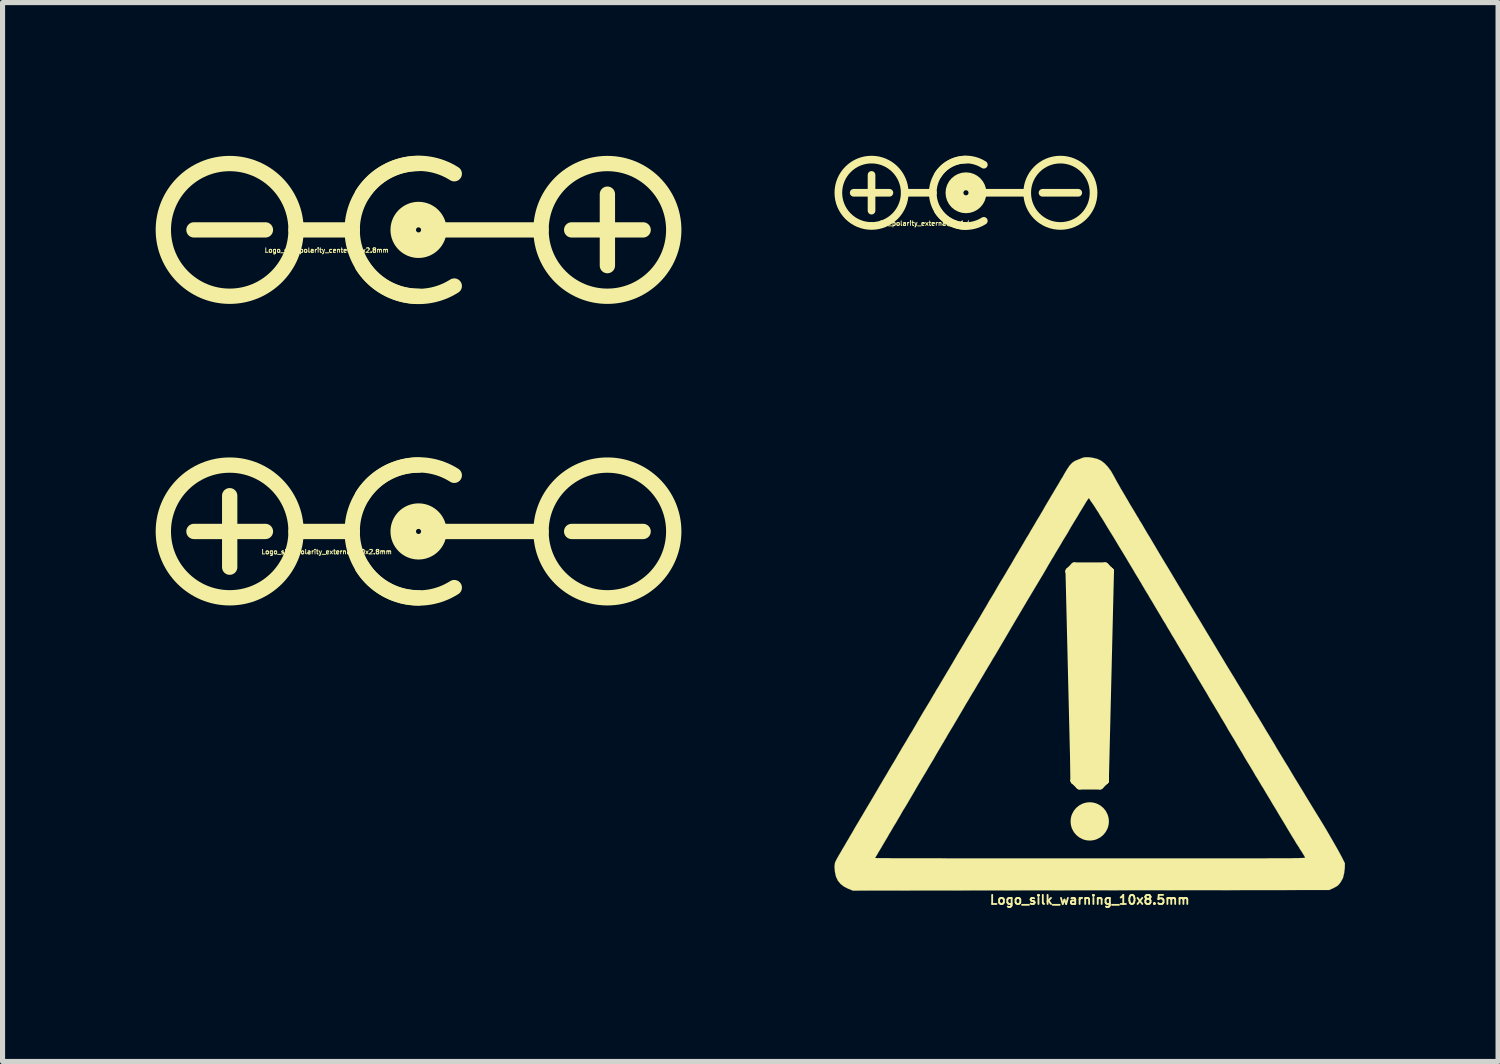
<source format=kicad_pcb>
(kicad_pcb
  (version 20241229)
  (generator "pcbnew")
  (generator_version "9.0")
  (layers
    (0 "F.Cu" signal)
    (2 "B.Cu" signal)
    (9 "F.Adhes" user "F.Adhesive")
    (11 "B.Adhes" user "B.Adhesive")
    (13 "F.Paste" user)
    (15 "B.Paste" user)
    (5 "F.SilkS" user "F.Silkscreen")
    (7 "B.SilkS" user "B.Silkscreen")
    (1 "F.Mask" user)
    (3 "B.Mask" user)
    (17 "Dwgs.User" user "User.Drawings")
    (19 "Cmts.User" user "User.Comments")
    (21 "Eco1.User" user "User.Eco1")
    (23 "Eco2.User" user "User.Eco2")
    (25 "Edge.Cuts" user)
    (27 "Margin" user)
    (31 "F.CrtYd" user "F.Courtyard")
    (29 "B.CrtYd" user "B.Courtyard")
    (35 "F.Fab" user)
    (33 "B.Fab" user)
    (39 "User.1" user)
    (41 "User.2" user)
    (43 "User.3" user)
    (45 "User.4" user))
  (footprint "Logo_silk_polarity_external_10x2.8mm"
    (layer "F.Cu")
    (at 5.15 7.362)
    (property "Reference" "Logo_silk_polarity_external_10x2.8mm" (at -1.8 0.4 0) (layer "F.SilkS") (effects (font (size 0.089 0.089) (thickness 0.018))))
    (attr through_hole)
    (fp_line (start -4.4 0) (end -3 0) (stroke (width 0.3) (type solid)) (layer "F.SilkS"))
    (fp_line (start -3.7 0.7) (end -3.7 -0.7) (stroke (width 0.3) (type solid)) (layer "F.SilkS"))
    (fp_line (start -1.3 0) (end -2.4 0) (stroke (width 0.3) (type solid)) (layer "F.SilkS"))
    (fp_line (start 2.4 0) (end 0.3 0) (stroke (width 0.3) (type solid)) (layer "F.SilkS"))
    (fp_line (start 3 0) (end 4.4 0) (stroke (width 0.3) (type solid)) (layer "F.SilkS"))
    (fp_arc (start -1.3 0) (mid -0.919239 -0.919239) (end 0 -1.3) (stroke (width 0.3) (type solid)) (layer "F.SilkS"))
    (fp_arc (start -1.1 -0.7) (mid -0.282843 -1.272792) (end 0.7 -1.1) (stroke (width 0.3) (type solid)) (layer "F.SilkS"))
    (fp_arc (start 0 1.3) (mid -0.919239 0.919239) (end -1.3 0) (stroke (width 0.3) (type solid)) (layer "F.SilkS"))
    (fp_arc (start 0.7 1.1) (mid -0.282843 1.272792) (end -1.1 0.7) (stroke (width 0.3) (type solid)) (layer "F.SilkS"))
    (fp_circle (center -3.7 0) (end -2.4 0) (stroke (width 0.3) (type solid)) (fill no) (layer "F.SilkS"))
    (fp_circle (center 0 0) (end -0.4 0) (stroke (width 0.3) (type solid)) (fill no) (layer "F.SilkS"))
    (fp_circle (center 0 0) (end -0.3 0.1) (stroke (width 0.3) (type solid)) (fill no) (layer "F.SilkS"))
    (fp_circle (center 0 0) (end -0.2 0) (stroke (width 0.3) (type solid)) (fill no) (layer "F.SilkS"))
    (fp_circle (center 0 0) (end -0.1 0) (stroke (width 0.3) (type solid)) (fill no) (layer "F.SilkS"))
    (fp_circle (center 3.7 0) (end 5 0) (stroke (width 0.3) (type solid)) (fill no) (layer "F.SilkS")))
  (footprint "Logo_silk_polarity_center_10x2.8mm"
    (layer "F.Cu")
    (at 5.15 1.454)
    (property "Reference" "Logo_silk_polarity_center_10x2.8mm" (at -1.8 0.4 0) (layer "F.SilkS") (effects (font (size 0.089 0.089) (thickness 0.018))))
    (attr through_hole)
    (fp_line (start -4.4 0) (end -3 0) (stroke (width 0.3) (type solid)) (layer "F.SilkS"))
    (fp_line (start -1.3 0) (end -2.4 0) (stroke (width 0.3) (type solid)) (layer "F.SilkS"))
    (fp_line (start 2.4 0) (end 0.3 0) (stroke (width 0.3) (type solid)) (layer "F.SilkS"))
    (fp_line (start 3 0) (end 4.4 0) (stroke (width 0.3) (type solid)) (layer "F.SilkS"))
    (fp_line (start 3.7 0.7) (end 3.7 -0.7) (stroke (width 0.3) (type solid)) (layer "F.SilkS"))
    (fp_arc (start -1.3 0) (mid -0.919239 -0.919239) (end 0 -1.3) (stroke (width 0.3) (type solid)) (layer "F.SilkS"))
    (fp_arc (start -1.1 -0.7) (mid -0.282843 -1.272792) (end 0.7 -1.1) (stroke (width 0.3) (type solid)) (layer "F.SilkS"))
    (fp_arc (start 0 1.3) (mid -0.919239 0.919239) (end -1.3 0) (stroke (width 0.3) (type solid)) (layer "F.SilkS"))
    (fp_arc (start 0.7 1.1) (mid -0.282843 1.272792) (end -1.1 0.7) (stroke (width 0.3) (type solid)) (layer "F.SilkS"))
    (fp_circle (center -3.7 0) (end -2.4 0) (stroke (width 0.3) (type solid)) (fill no) (layer "F.SilkS"))
    (fp_circle (center 0 0) (end -0.4 0) (stroke (width 0.3) (type solid)) (fill no) (layer "F.SilkS"))
    (fp_circle (center 0 0) (end -0.3 0.1) (stroke (width 0.3) (type solid)) (fill no) (layer "F.SilkS"))
    (fp_circle (center 0 0) (end -0.2 0) (stroke (width 0.3) (type solid)) (fill no) (layer "F.SilkS"))
    (fp_circle (center 0 0) (end -0.1 0) (stroke (width 0.3) (type solid)) (fill no) (layer "F.SilkS"))
    (fp_circle (center 3.7 0) (end 5 0) (stroke (width 0.3) (type solid)) (fill no) (layer "F.SilkS")))
  (footprint "Logo_silk_polarity_external_5x1.4mm"
    (layer "F.Cu")
    (at 15.875 0.727)
    (property "Reference" "Logo_silk_polarity_external_5x1.4mm" (at -0.9 0.6 0) (layer "F.SilkS") (effects (font (size 0.089 0.089) (thickness 0.018))))
    (attr through_hole)
    (fp_line (start -2.2 0) (end -1.5 0) (stroke (width 0.15) (type solid)) (layer "F.SilkS"))
    (fp_line (start -1.85 0.35) (end -1.85 -0.35) (stroke (width 0.15) (type solid)) (layer "F.SilkS"))
    (fp_line (start -0.65 0) (end -1.2 0) (stroke (width 0.15) (type solid)) (layer "F.SilkS"))
    (fp_line (start 1.2 0) (end 0.3 0) (stroke (width 0.15) (type solid)) (layer "F.SilkS"))
    (fp_line (start 1.5 0) (end 2.2 0) (stroke (width 0.15) (type solid)) (layer "F.SilkS"))
    (fp_arc (start -0.65 0) (mid -0.459619 -0.459619) (end 0 -0.65) (stroke (width 0.15) (type solid)) (layer "F.SilkS"))
    (fp_arc (start -0.55 -0.35) (mid -0.141421 -0.636396) (end 0.35 -0.55) (stroke (width 0.15) (type solid)) (layer "F.SilkS"))
    (fp_arc (start 0 0.65) (mid -0.459619 0.459619) (end -0.65 0) (stroke (width 0.15) (type solid)) (layer "F.SilkS"))
    (fp_arc (start 0.35 0.55) (mid -0.141421 0.636396) (end -0.55 0.35) (stroke (width 0.15) (type solid)) (layer "F.SilkS"))
    (fp_circle (center -1.85 0) (end -1.2 0) (stroke (width 0.15) (type solid)) (fill no) (layer "F.SilkS"))
    (fp_circle (center 0 0) (end -0.2 0) (stroke (width 0.3) (type solid)) (fill no) (layer "F.SilkS"))
    (fp_circle (center 0 0) (end -0.1 0) (stroke (width 0.3) (type solid)) (fill no) (layer "F.SilkS"))
    (fp_circle (center 1.85 0) (end 2.5 0) (stroke (width 0.15) (type solid)) (fill no) (layer "F.SilkS")))
  (footprint "Logo_silk_warning_10x8.5mm"
    (layer "F.Cu")
    (at 18.3 10.143)
    (property "Reference" "Logo_silk_warning_10x8.5mm" (at 0 4.437 0) (layer "F.SilkS") (effects (font (size 0.178 0.178) (thickness 0.036))))
    (attr through_hole)
    (fp_line (start -0.4 -2) (end -0.3 -2.1) (stroke (width 0.15) (type solid)) (layer "F.SilkS"))
    (fp_line (start -0.4 -2) (end -0.3 2.1) (stroke (width 0.15) (type solid)) (layer "F.SilkS"))
    (fp_line (start -0.3 -2.1) (end 0.3 -2.1) (stroke (width 0.15) (type solid)) (layer "F.SilkS"))
    (fp_line (start -0.3 -2) (end -0.3 2.1) (stroke (width 0.15) (type solid)) (layer "F.SilkS"))
    (fp_line (start -0.3 2.1) (end -0.2 2.2) (stroke (width 0.15) (type solid)) (layer "F.SilkS"))
    (fp_line (start -0.3 2.1) (end 0.3 2.1) (stroke (width 0.15) (type solid)) (layer "F.SilkS"))
    (fp_line (start -0.2 2.1) (end -0.2 -2) (stroke (width 0.15) (type solid)) (layer "F.SilkS"))
    (fp_line (start -0.2 2.2) (end 0.2 2.2) (stroke (width 0.15) (type solid)) (layer "F.SilkS"))
    (fp_line (start -0.1 -2) (end -0.1 2.1) (stroke (width 0.15) (type solid)) (layer "F.SilkS"))
    (fp_line (start 0 2.1) (end 0 -2) (stroke (width 0.15) (type solid)) (layer "F.SilkS"))
    (fp_line (start 0.1 2.1) (end 0.1 -2) (stroke (width 0.15) (type solid)) (layer "F.SilkS"))
    (fp_line (start 0.2 -2) (end 0.2 2.1) (stroke (width 0.15) (type solid)) (layer "F.SilkS"))
    (fp_line (start 0.2 2.2) (end 0.3 2.1) (stroke (width 0.15) (type solid)) (layer "F.SilkS"))
    (fp_line (start 0.3 -2.1) (end 0.4 -2) (stroke (width 0.15) (type solid)) (layer "F.SilkS"))
    (fp_line (start 0.3 2.1) (end 0.3 -2) (stroke (width 0.15) (type solid)) (layer "F.SilkS"))
    (fp_line (start 0.3 2.1) (end 0.4 -2) (stroke (width 0.15) (type solid)) (layer "F.SilkS"))
    (fp_line (start 0.4 -2) (end -0.4 -2) (stroke (width 0.15) (type solid)) (layer "F.SilkS"))
    (fp_circle (center 0 2.9) (end -0.3 2.9) (stroke (width 0.15) (type solid)) (fill no) (layer "F.SilkS"))
    (fp_circle (center 0 2.9) (end -0.2 2.9) (stroke (width 0.15) (type solid)) (fill no) (layer "F.SilkS"))
    (fp_circle (center 0 2.9) (end -0.1 2.9) (stroke (width 0.2) (type solid)) (fill no) (layer "F.SilkS"))
    (fp_poly (pts (xy 4.999 3.721) (xy 4.996 3.82) (xy 4.983 3.919) (xy 4.961 4.008) (xy 4.92 4.084) (xy 4.897 4.115) (xy 4.874 4.143) (xy 4.846 4.166) (xy 4.813 4.186) (xy 4.775 4.206) (xy 4.691 4.244) (xy 4.221 4.244) (xy 4.221 3.609) (xy 4.214 3.594) (xy 4.199 3.569) (xy 4.176 3.531) (xy 4.148 3.485) (xy 4.13 3.459) (xy 4.112 3.432) (xy 4.1 3.409) (xy 4.084 3.386) (xy 4.072 3.365) (xy 4.056 3.343) (xy 4.041 3.32) (xy 4.026 3.292) (xy 4.006 3.259) (xy 3.98 3.218) (xy 3.952 3.172) (xy 3.919 3.117) (xy 3.879 3.051) (xy 3.833 2.972) (xy 3.777 2.88) (xy 3.713 2.774) (xy 3.647 2.662) (xy 3.589 2.568) (xy 3.536 2.477) (xy 3.485 2.393) (xy 3.439 2.316) (xy 3.399 2.248) (xy 3.363 2.192) (xy 3.338 2.149) (xy 3.32 2.118) (xy 3.31 2.103) (xy 3.299 2.083) (xy 3.279 2.05) (xy 3.251 2.007) (xy 3.221 1.953) (xy 3.188 1.897) (xy 3.17 1.867) (xy 3.127 1.796) (xy 3.078 1.717) (xy 3.03 1.636) (xy 2.987 1.56) (xy 2.946 1.494) (xy 2.946 1.491) (xy 2.908 1.43) (xy 2.87 1.364) (xy 2.835 1.303) (xy 2.802 1.25) (xy 2.779 1.212) (xy 2.753 1.168) (xy 2.72 1.115) (xy 2.685 1.052) (xy 2.647 0.986) (xy 2.609 0.922) (xy 2.606 0.919) (xy 2.565 0.851) (xy 2.52 0.772) (xy 2.469 0.688) (xy 2.421 0.607) (xy 2.377 0.536) (xy 2.337 0.467) (xy 2.291 0.386) (xy 2.24 0.302) (xy 2.189 0.216) (xy 2.141 0.135) (xy 2.118 0.099) (xy 2.075 0.023) (xy 2.024 -0.058) (xy 1.974 -0.145) (xy 1.925 -0.226) (xy 1.882 -0.3) (xy 1.864 -0.33) (xy 1.829 -0.389) (xy 1.796 -0.442) (xy 1.768 -0.49) (xy 1.745 -0.528) (xy 1.73 -0.554) (xy 1.727 -0.559) (xy 1.714 -0.579) (xy 1.694 -0.615) (xy 1.669 -0.658) (xy 1.638 -0.709) (xy 1.615 -0.744) (xy 1.585 -0.798) (xy 1.557 -0.846) (xy 1.532 -0.886) (xy 1.514 -0.917) (xy 1.506 -0.93) (xy 1.496 -0.95) (xy 1.476 -0.983) (xy 1.448 -1.026) (xy 1.417 -1.079) (xy 1.384 -1.135) (xy 1.369 -1.161) (xy 1.326 -1.232) (xy 1.278 -1.313) (xy 1.227 -1.4) (xy 1.176 -1.483) (xy 1.133 -1.56) (xy 1.13 -1.562) (xy 1.092 -1.623) (xy 1.059 -1.681) (xy 1.026 -1.735) (xy 1.001 -1.781) (xy 0.98 -1.811) (xy 0.975 -1.821) (xy 0.958 -1.852) (xy 0.93 -1.897) (xy 0.894 -1.956) (xy 0.853 -2.027) (xy 0.805 -2.106) (xy 0.752 -2.195) (xy 0.696 -2.289) (xy 0.638 -2.385) (xy 0.577 -2.484) (xy 0.518 -2.583) (xy 0.46 -2.68) (xy 0.401 -2.774) (xy 0.348 -2.86) (xy 0.3 -2.941) (xy 0.257 -3.012) (xy 0.218 -3.073) (xy 0.213 -3.078) (xy 0.175 -3.145) (xy 0.135 -3.205) (xy 0.097 -3.266) (xy 0.061 -3.32) (xy 0.028 -3.365) (xy 0.005 -3.401) (xy -0.01 -3.426) (xy -0.02 -3.434) (xy -0.025 -3.426) (xy -0.043 -3.401) (xy -0.069 -3.363) (xy -0.102 -3.307) (xy -0.142 -3.241) (xy -0.191 -3.162) (xy -0.244 -3.071) (xy -0.305 -2.972) (xy -0.371 -2.863) (xy -0.439 -2.743) (xy -0.516 -2.619) (xy -0.592 -2.489) (xy -0.673 -2.355) (xy -0.714 -2.283) (xy -0.729 -2.261) (xy -0.752 -2.223) (xy -0.78 -2.174) (xy -0.815 -2.116) (xy -0.851 -2.052) (xy -0.889 -1.986) (xy -1.059 -1.702) (xy -1.222 -1.43) (xy -1.377 -1.168) (xy -1.527 -0.914) (xy -1.671 -0.668) (xy -1.816 -0.422) (xy -1.857 -0.353) (xy -1.895 -0.292) (xy -1.93 -0.231) (xy -1.963 -0.175) (xy -1.991 -0.13) (xy -2.012 -0.094) (xy -2.017 -0.084) (xy -2.035 -0.056) (xy -2.06 -0.013) (xy -2.09 0.038) (xy -2.126 0.097) (xy -2.164 0.163) (xy -2.192 0.208) (xy -2.23 0.274) (xy -2.268 0.338) (xy -2.304 0.396) (xy -2.334 0.447) (xy -2.357 0.485) (xy -2.367 0.505) (xy -2.39 0.541) (xy -2.418 0.587) (xy -2.449 0.64) (xy -2.479 0.693) (xy -2.484 0.701) (xy -2.532 0.782) (xy -2.581 0.866) (xy -2.629 0.947) (xy -2.675 1.026) (xy -2.718 1.095) (xy -2.751 1.151) (xy -2.764 1.171) (xy -2.789 1.214) (xy -2.814 1.26) (xy -2.837 1.298) (xy -2.84 1.3) (xy -2.852 1.326) (xy -2.878 1.367) (xy -2.911 1.422) (xy -2.954 1.496) (xy -3.005 1.582) (xy -3.063 1.684) (xy -3.132 1.798) (xy -3.205 1.923) (xy -3.289 2.062) (xy -3.378 2.212) (xy -3.381 2.217) (xy -3.426 2.296) (xy -3.475 2.38) (xy -3.526 2.466) (xy -3.574 2.548) (xy -3.617 2.621) (xy -3.645 2.664) (xy -3.683 2.728) (xy -3.721 2.797) (xy -3.759 2.86) (xy -3.792 2.918) (xy -3.82 2.964) (xy -3.825 2.969) (xy -3.853 3.018) (xy -3.881 3.066) (xy -3.904 3.106) (xy -3.922 3.134) (xy -3.962 3.205) (xy -4.003 3.274) (xy -4.044 3.343) (xy -4.082 3.409) (xy -4.117 3.467) (xy -4.148 3.518) (xy -4.171 3.559) (xy -4.188 3.586) (xy -4.196 3.599) (xy -4.199 3.599) (xy -4.206 3.614) (xy -4.206 3.617) (xy -4.196 3.617) (xy -4.168 3.619) (xy -4.12 3.619) (xy -4.054 3.619) (xy -3.97 3.619) (xy -3.868 3.622) (xy -3.754 3.622) (xy -3.622 3.622) (xy -3.475 3.622) (xy -3.315 3.622) (xy -3.139 3.622) (xy -2.951 3.622) (xy -2.753 3.625) (xy -2.543 3.625) (xy -2.319 3.625) (xy -2.088 3.625) (xy -1.847 3.625) (xy -1.595 3.625) (xy -1.336 3.625) (xy -1.072 3.625) (xy -0.798 3.625) (xy -0.518 3.625) (xy -0.231 3.625) (xy 0.01 3.625) (xy 0.358 3.625) (xy 0.686 3.625) (xy 0.993 3.625) (xy 1.283 3.625) (xy 1.557 3.625) (xy 1.811 3.625) (xy 2.05 3.625) (xy 2.273 3.625) (xy 2.482 3.625) (xy 2.672 3.625) (xy 2.85 3.625) (xy 3.012 3.625) (xy 3.165 3.625) (xy 3.302 3.625) (xy 3.426 3.625) (xy 3.541 3.622) (xy 3.642 3.622) (xy 3.734 3.622) (xy 3.815 3.622) (xy 3.889 3.622) (xy 3.952 3.622) (xy 4.008 3.619) (xy 4.054 3.619) (xy 4.094 3.619) (xy 4.128 3.617) (xy 4.155 3.617) (xy 4.178 3.617) (xy 4.194 3.614) (xy 4.206 3.614) (xy 4.214 3.612) (xy 4.219 3.612) (xy 4.221 3.609) (xy 4.221 4.244) (xy 0.023 4.249) (xy -4.643 4.255) (xy -4.732 4.219) (xy -4.816 4.176) (xy -4.884 4.122) (xy -4.935 4.059) (xy -4.971 3.983) (xy -4.991 3.894) (xy -4.999 3.8) (xy -4.999 3.772) (xy -4.996 3.749) (xy -4.994 3.729) (xy -4.989 3.706) (xy -4.978 3.68) (xy -4.963 3.65) (xy -4.94 3.609) (xy -4.912 3.559) (xy -4.874 3.495) (xy -4.854 3.459) (xy -4.821 3.404) (xy -4.788 3.348) (xy -4.76 3.299) (xy -4.737 3.261) (xy -4.722 3.236) (xy -4.704 3.203) (xy -4.676 3.157) (xy -4.643 3.101) (xy -4.608 3.038) (xy -4.567 2.969) (xy -4.526 2.901) (xy -4.488 2.835) (xy -4.481 2.824) (xy -4.458 2.786) (xy -4.43 2.738) (xy -4.397 2.682) (xy -4.361 2.621) (xy -4.326 2.563) (xy -4.285 2.494) (xy -4.239 2.416) (xy -4.191 2.334) (xy -4.145 2.256) (xy -4.117 2.207) (xy -4.079 2.144) (xy -4.039 2.075) (xy -3.998 2.007) (xy -3.962 1.946) (xy -3.937 1.902) (xy -3.907 1.852) (xy -3.871 1.791) (xy -3.83 1.725) (xy -3.79 1.656) (xy -3.754 1.593) (xy -3.716 1.529) (xy -3.678 1.463) (xy -3.64 1.4) (xy -3.607 1.346) (xy -3.581 1.303) (xy -3.581 1.3) (xy -3.566 1.278) (xy -3.551 1.25) (xy -3.531 1.217) (xy -3.51 1.181) (xy -3.482 1.138) (xy -3.452 1.085) (xy -3.416 1.024) (xy -3.376 0.955) (xy -3.327 0.871) (xy -3.272 0.777) (xy -3.208 0.671) (xy -3.134 0.549) (xy -3.053 0.409) (xy -3.048 0.404) (xy -3.005 0.328) (xy -2.959 0.254) (xy -2.916 0.18) (xy -2.878 0.117) (xy -2.845 0.061) (xy -2.819 0.018) (xy -2.809 0) (xy -2.789 -0.033) (xy -2.761 -0.079) (xy -2.725 -0.14) (xy -2.685 -0.208) (xy -2.642 -0.282) (xy -2.596 -0.361) (xy -2.555 -0.429) (xy -2.471 -0.569) (xy -2.393 -0.704) (xy -2.316 -0.831) (xy -2.245 -0.95) (xy -2.179 -1.059) (xy -2.121 -1.158) (xy -2.07 -1.245) (xy -2.029 -1.313) (xy -2.007 -1.351) (xy -1.989 -1.384) (xy -1.961 -1.433) (xy -1.925 -1.491) (xy -1.882 -1.562) (xy -1.836 -1.641) (xy -1.788 -1.725) (xy -1.737 -1.811) (xy -1.699 -1.872) (xy -1.646 -1.961) (xy -1.593 -2.052) (xy -1.539 -2.141) (xy -1.491 -2.225) (xy -1.445 -2.304) (xy -1.405 -2.37) (xy -1.374 -2.423) (xy -1.359 -2.449) (xy -1.321 -2.512) (xy -1.28 -2.583) (xy -1.24 -2.652) (xy -1.201 -2.713) (xy -1.181 -2.748) (xy -1.151 -2.802) (xy -1.113 -2.865) (xy -1.072 -2.934) (xy -1.031 -3.005) (xy -1.001 -3.053) (xy -0.927 -3.178) (xy -0.864 -3.289) (xy -0.805 -3.388) (xy -0.754 -3.475) (xy -0.711 -3.546) (xy -0.678 -3.602) (xy -0.655 -3.642) (xy -0.64 -3.665) (xy -0.625 -3.691) (xy -0.602 -3.729) (xy -0.577 -3.774) (xy -0.546 -3.825) (xy -0.538 -3.835) (xy -0.493 -3.917) (xy -0.455 -3.98) (xy -0.422 -4.031) (xy -0.394 -4.072) (xy -0.366 -4.102) (xy -0.34 -4.128) (xy -0.312 -4.148) (xy -0.282 -4.166) (xy -0.244 -4.181) (xy -0.201 -4.199) (xy -0.193 -4.201) (xy -0.15 -4.219) (xy -0.119 -4.229) (xy -0.089 -4.234) (xy -0.058 -4.234) (xy -0.013 -4.234) (xy 0.071 -4.221) (xy 0.15 -4.201) (xy 0.224 -4.166) (xy 0.29 -4.115) (xy 0.353 -4.049) (xy 0.414 -3.967) (xy 0.472 -3.866) (xy 0.505 -3.805) (xy 0.518 -3.78) (xy 0.541 -3.739) (xy 0.572 -3.686) (xy 0.607 -3.622) (xy 0.65 -3.551) (xy 0.696 -3.472) (xy 0.744 -3.391) (xy 0.792 -3.307) (xy 0.843 -3.223) (xy 0.892 -3.142) (xy 0.935 -3.068) (xy 0.953 -3.043) (xy 0.975 -3) (xy 1.008 -2.949) (xy 1.044 -2.888) (xy 1.082 -2.822) (xy 1.123 -2.753) (xy 1.125 -2.748) (xy 1.179 -2.662) (xy 1.24 -2.558) (xy 1.311 -2.438) (xy 1.389 -2.306) (xy 1.478 -2.159) (xy 1.575 -1.999) (xy 1.676 -1.829) (xy 1.786 -1.646) (xy 1.902 -1.453) (xy 2.024 -1.25) (xy 2.151 -1.041) (xy 2.281 -0.823) (xy 2.418 -0.597) (xy 2.555 -0.368) (xy 2.697 -0.132) (xy 2.842 0.104) (xy 2.878 0.165) (xy 2.941 0.269) (xy 3.01 0.381) (xy 3.084 0.503) (xy 3.157 0.627) (xy 3.233 0.752) (xy 3.31 0.876) (xy 3.383 0.998) (xy 3.452 1.115) (xy 3.518 1.222) (xy 3.576 1.318) (xy 3.627 1.402) (xy 3.655 1.453) (xy 3.741 1.595) (xy 3.818 1.722) (xy 3.889 1.836) (xy 3.952 1.943) (xy 4.011 2.042) (xy 4.069 2.136) (xy 4.125 2.228) (xy 4.181 2.319) (xy 4.239 2.416) (xy 4.293 2.504) (xy 4.394 2.67) (xy 4.486 2.819) (xy 4.569 2.954) (xy 4.643 3.078) (xy 4.707 3.188) (xy 4.765 3.289) (xy 4.818 3.381) (xy 4.864 3.462) (xy 4.905 3.538) (xy 4.938 3.599) (xy 4.999 3.721)) (stroke (width 0.003) (type solid)) (fill yes) (layer "F.SilkS")))
  (gr_rect
    (start -3 -3)
    (end 26.3 17.747)
    (stroke (width 0.1) (type default))
    (fill no)
    (layer "Edge.Cuts")))
</source>
